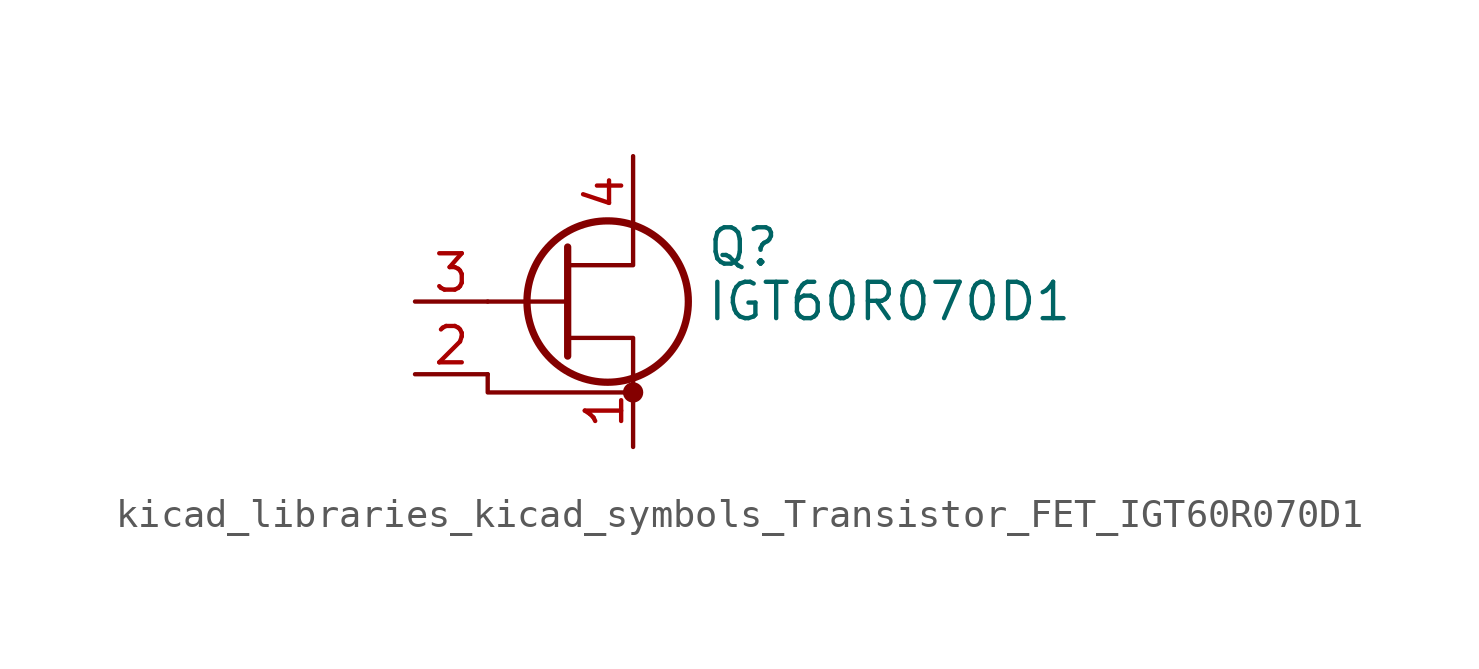
<source format=kicad_sym>
(kicad_symbol_lib
  (version 20220914)
  (generator kicad_symbol_editor)
  (symbol "kicad_libraries_kicad_symbols_Transistor_FET_IGT60R070D1"
    (pin_names
      (offset 0) hide)
    (property "Reference" "Q"
      (at 5.08 1.905 0)
      (effects (font (size 1.27 1.27)) (justify left)))
    (property "Value" "IGT60R070D1"
      (at 5.08 0 0)
      (effects (font (size 1.27 1.27)) (justify left)))
    (symbol "kicad_libraries_kicad_symbols_Transistor_FET_IGT60R070D1_0_1"
      (polyline (pts (xy -2.54 0) (xy 0.254 0)) (stroke (width 0) (type default)) (fill (type none)))
      (polyline (pts (xy -2.54 -2.54) (xy -2.54 -3.175) (xy 2.54 -3.175)) (stroke (width 0) (type default)) (fill (type none)))
      (polyline (pts (xy 0.254 -1.27) (xy 2.54 -1.27) (xy 2.54 -2.54)) (stroke (width 0) (type default)) (fill (type none)))
      (polyline (pts (xy 0.254 1.905) (xy 0.254 -1.905) (xy 0.254 -1.905)) (stroke (width 0.254) (type default)) (fill (type none)))
      (polyline (pts (xy 2.54 2.54) (xy 2.54 1.27) (xy 0.254 1.27)) (stroke (width 0) (type default)) (fill (type none)))
      (circle (center 1.651 0) (radius 2.819) (stroke (width 0.254) (type default)) (fill (type none)))
      (circle (center 2.54 -3.175) (radius 0.279) (stroke (width 0) (type default)) (fill (type outline))))
    (symbol "kicad_libraries_kicad_symbols_Transistor_FET_IGT60R070D1_1_1"
      (pin passive line (at 2.54 -5.08 90) (length 2.54) (name "S" (effects (font (size 1.27 1.27)))) (number "1" (effects (font (size 1.27 1.27)))))
      (pin passive line (at -5.08 -2.54 0) (length 2.54) (name "SS" (effects (font (size 1.27 1.27)))) (number "2" (effects (font (size 1.27 1.27)))))
      (pin input line (at -5.08 0 0) (length 2.54) (name "G" (effects (font (size 1.27 1.27)))) (number "3" (effects (font (size 1.27 1.27)))))
      (pin passive line (at 2.54 5.08 270) (length 2.54) (name "D" (effects (font (size 1.27 1.27)))) (number "4" (effects (font (size 1.27 1.27))))))))
</source>
